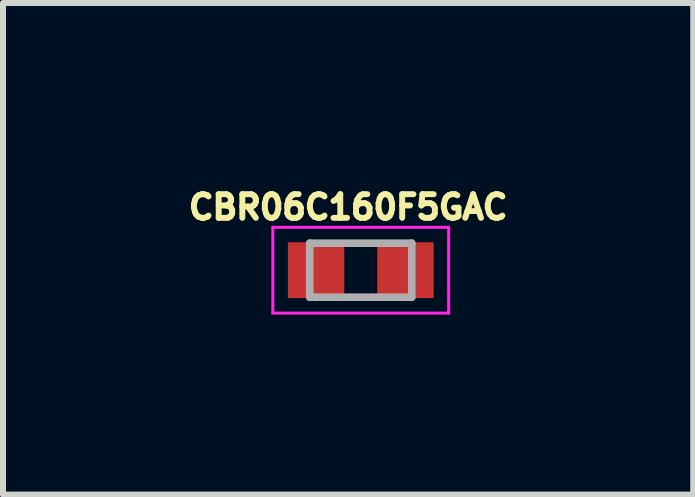
<source format=kicad_pcb>
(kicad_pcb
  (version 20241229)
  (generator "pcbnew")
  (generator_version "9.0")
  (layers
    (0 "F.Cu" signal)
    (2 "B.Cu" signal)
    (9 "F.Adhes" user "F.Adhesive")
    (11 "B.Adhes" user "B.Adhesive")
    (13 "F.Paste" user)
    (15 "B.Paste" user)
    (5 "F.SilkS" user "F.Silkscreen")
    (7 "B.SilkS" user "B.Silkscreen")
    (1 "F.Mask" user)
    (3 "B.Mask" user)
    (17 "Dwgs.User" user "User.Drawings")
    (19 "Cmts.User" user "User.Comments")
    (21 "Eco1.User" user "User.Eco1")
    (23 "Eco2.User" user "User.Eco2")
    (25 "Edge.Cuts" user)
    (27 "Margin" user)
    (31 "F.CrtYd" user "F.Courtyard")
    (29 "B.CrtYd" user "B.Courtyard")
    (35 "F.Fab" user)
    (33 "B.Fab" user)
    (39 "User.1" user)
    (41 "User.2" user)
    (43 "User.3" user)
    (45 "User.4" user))
  (footprint "CBR06C160F5GAC"
    (layer "F.Cu")
    (at 2.962 1.453)
    (property "Reference" "CBR06C160F5GAC" (at -0.21 -1.05 0) (layer "F.SilkS") (effects (font (size 0.394 0.394) (thickness 0.15))))
    (attr smd)
    (fp_line (start -1.465 -0.715) (end 1.465 -0.715) (stroke (width 0.05) (type solid)) (layer "F.CrtYd"))
    (fp_line (start -1.465 0.715) (end -1.465 -0.715) (stroke (width 0.05) (type solid)) (layer "F.CrtYd"))
    (fp_line (start -1.465 0.715) (end 1.465 0.715) (stroke (width 0.05) (type solid)) (layer "F.CrtYd"))
    (fp_line (start 1.465 0.715) (end 1.465 -0.715) (stroke (width 0.05) (type solid)) (layer "F.CrtYd"))
    (fp_line (start -0.85 0.45) (end -0.85 -0.45) (stroke (width 0.127) (type solid)) (layer "F.Fab"))
    (fp_line (start 0.85 -0.45) (end -0.85 -0.45) (stroke (width 0.127) (type solid)) (layer "F.Fab"))
    (fp_line (start 0.85 0.45) (end -0.85 0.45) (stroke (width 0.127) (type solid)) (layer "F.Fab"))
    (fp_line (start 0.85 0.45) (end 0.85 -0.45) (stroke (width 0.127) (type solid)) (layer "F.Fab"))
    (pad "1" smd rect (at -0.745 0) (size 0.94 0.93) (layers "F.Cu" "F.Mask" "F.Paste"))
    (pad "2" smd rect (at 0.745 0) (size 0.94 0.93) (layers "F.Cu" "F.Mask" "F.Paste")))
  (gr_rect
    (start -3 -3)
    (end 8.503 5.193)
    (stroke (width 0.1) (type default))
    (fill no)
    (layer "Edge.Cuts")))
</source>
